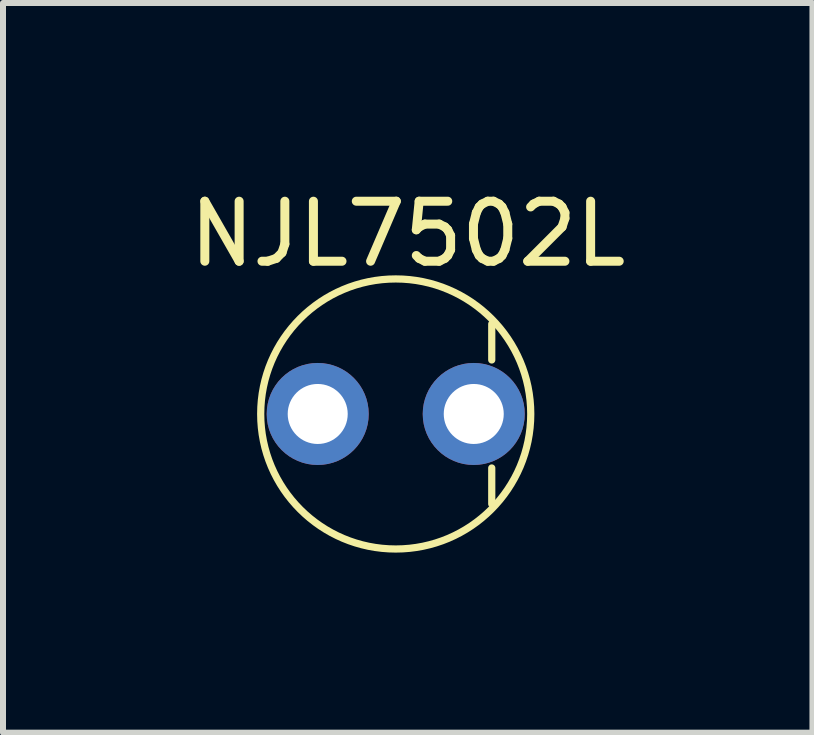
<source format=kicad_pcb>
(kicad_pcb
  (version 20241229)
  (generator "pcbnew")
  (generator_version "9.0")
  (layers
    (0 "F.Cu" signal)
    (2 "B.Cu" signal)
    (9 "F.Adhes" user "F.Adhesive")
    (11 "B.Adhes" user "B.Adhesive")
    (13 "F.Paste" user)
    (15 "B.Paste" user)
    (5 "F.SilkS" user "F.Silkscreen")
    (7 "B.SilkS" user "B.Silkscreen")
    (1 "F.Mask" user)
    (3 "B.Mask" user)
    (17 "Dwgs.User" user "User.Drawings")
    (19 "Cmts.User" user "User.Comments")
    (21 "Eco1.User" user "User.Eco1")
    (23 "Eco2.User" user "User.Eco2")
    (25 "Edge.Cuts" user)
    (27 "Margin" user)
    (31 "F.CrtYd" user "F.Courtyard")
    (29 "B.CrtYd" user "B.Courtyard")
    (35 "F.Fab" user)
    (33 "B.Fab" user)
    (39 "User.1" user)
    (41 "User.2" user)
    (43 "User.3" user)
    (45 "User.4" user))
  (footprint "NJL7502L"
    (layer "F.Cu")
    (at 3.544 3.848)
    (property "Reference" "NJL7502L" (at 0.2 -3 0) (layer "F.SilkS") (effects (font (size 1 1) (thickness 0.15))))
    (attr through_hole)
    (fp_line (start 1.6 -1.5) (end 1.6 -0.9) (stroke (width 0.12) (type solid)) (layer "F.SilkS"))
    (fp_line (start 1.6 1.5) (end 1.6 0.9) (stroke (width 0.12) (type solid)) (layer "F.SilkS"))
    (fp_circle (center 0 0) (end 2.25 0) (stroke (width 0.12) (type solid)) (fill no) (layer "F.SilkS"))
    (pad "1" thru_hole circle (at -1.3 0) (size 1.7 1.7) (drill 1) (layers "*.Cu" "*.Mask"))
    (pad "2" thru_hole circle (at 1.3 0) (size 1.7 1.7) (drill 1) (layers "*.Cu" "*.Mask")))
  (gr_rect
    (start -3 -3)
    (end 10.488 9.158)
    (stroke (width 0.1) (type default))
    (fill no)
    (layer "Edge.Cuts")))
</source>
